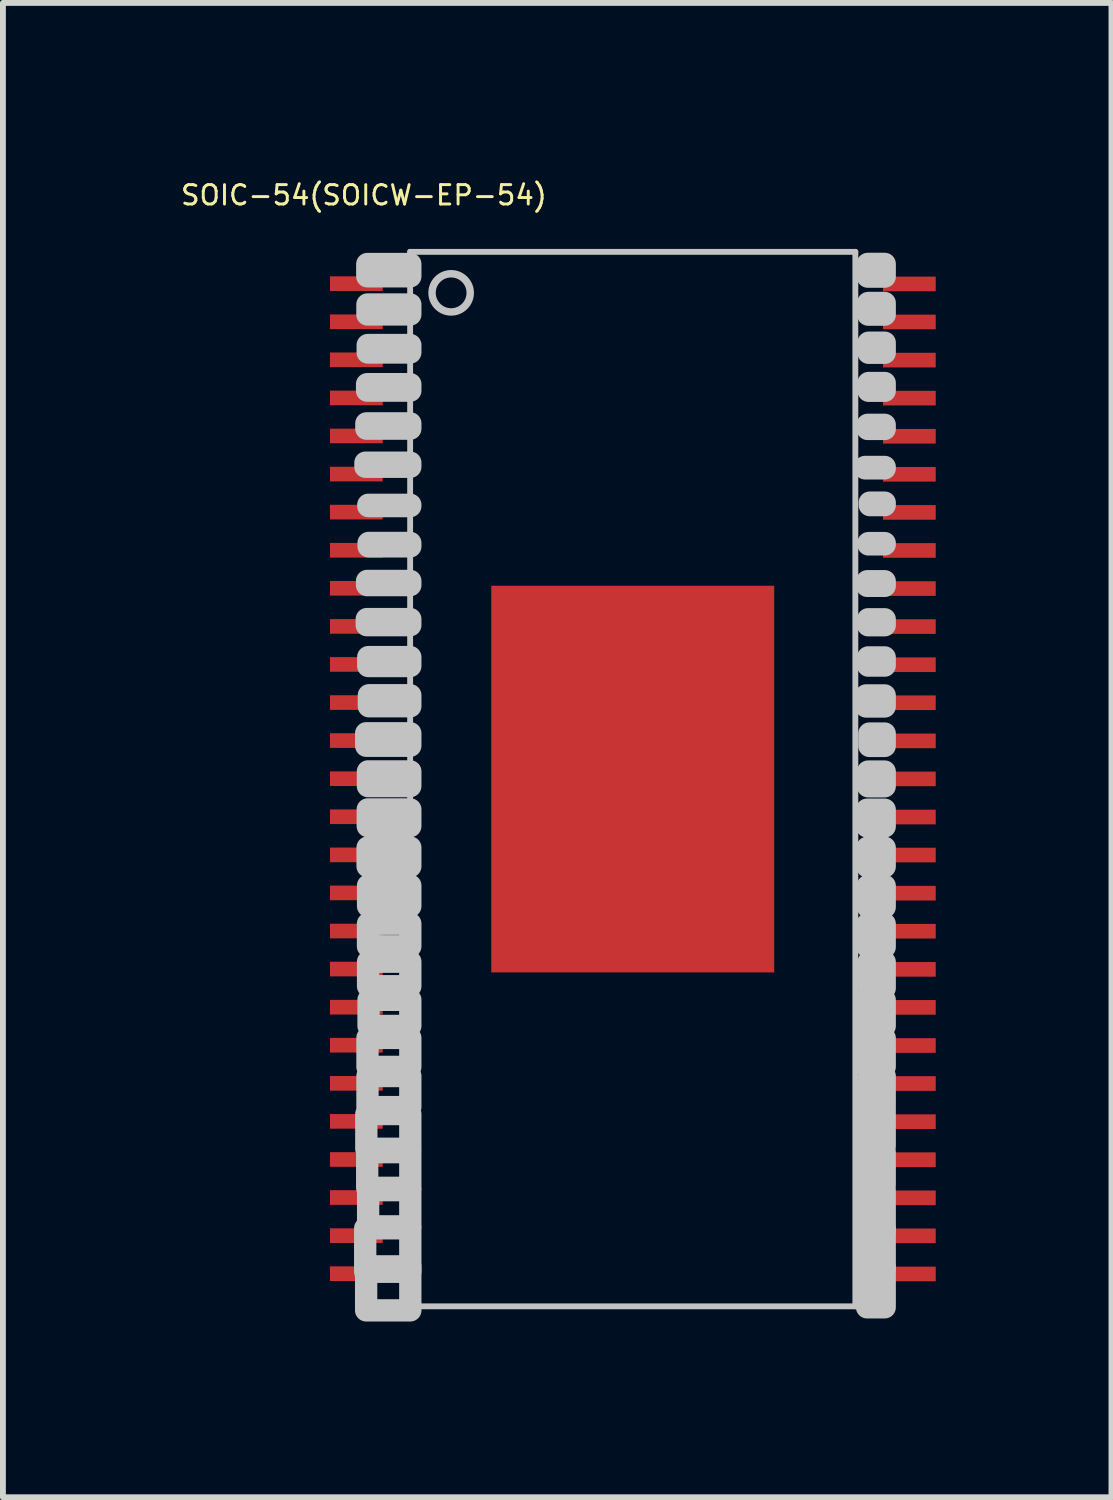
<source format=kicad_pcb>
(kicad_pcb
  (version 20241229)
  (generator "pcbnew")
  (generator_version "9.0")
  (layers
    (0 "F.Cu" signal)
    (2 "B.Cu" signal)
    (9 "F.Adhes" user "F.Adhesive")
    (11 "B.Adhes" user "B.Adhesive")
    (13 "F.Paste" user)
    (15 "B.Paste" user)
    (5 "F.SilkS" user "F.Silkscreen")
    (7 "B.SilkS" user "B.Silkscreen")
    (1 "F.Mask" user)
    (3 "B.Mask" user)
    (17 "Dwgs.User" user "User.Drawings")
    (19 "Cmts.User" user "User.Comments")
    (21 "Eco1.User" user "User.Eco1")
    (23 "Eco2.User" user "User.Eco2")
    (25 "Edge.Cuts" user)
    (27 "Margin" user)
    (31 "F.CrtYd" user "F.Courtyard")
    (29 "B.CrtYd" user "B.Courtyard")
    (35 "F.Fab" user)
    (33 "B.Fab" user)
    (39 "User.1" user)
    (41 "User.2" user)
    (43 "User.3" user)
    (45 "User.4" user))
  (footprint "SOIC-54(SOICW-EP-54)"
    (layer "F.Cu")
    (at 7.751 10.349)
    (property "Reference" "SOIC-54(SOICW-EP-54)" (at -4.589 -10.067 0) (layer "F.SilkS") (effects (font (size 0.331 0.331) (thickness 0.05))))
    (attr smd)
    (fp_line (start -3.8 -9.1) (end -3.8 8.9) (stroke (width 0.1) (type solid)) (layer "Dwgs.User"))
    (fp_line (start -3.8 8.9) (end 3.8 8.9) (stroke (width 0.1) (type solid)) (layer "Dwgs.User"))
    (fp_line (start 3.8 -9.1) (end -3.8 -9.1) (stroke (width 0.1) (type solid)) (layer "Dwgs.User"))
    (fp_line (start 3.8 8.9) (end 3.8 -9.1) (stroke (width 0.1) (type solid)) (layer "Dwgs.User"))
    (fp_circle (center -3.1 -8.4) (end -2.774 -8.4) (stroke (width 0.127) (type solid)) (fill no) (layer "Dwgs.User"))
    (fp_poly (pts (xy -3.797 -8.892) (xy -4.531 -8.892) (xy -4.531 -8.682) (xy -3.797 -8.682)) (stroke (width 0.381) (type solid)) (fill no) (layer "Dwgs.User"))
    (fp_poly (pts (xy -3.797 -8.201) (xy -4.529 -8.201) (xy -4.529 -8.031) (xy -3.797 -8.031)) (stroke (width 0.381) (type solid)) (fill no) (layer "Dwgs.User"))
    (fp_poly (pts (xy -3.797 -7.509) (xy -4.524 -7.509) (xy -4.524 -7.382) (xy -3.797 -7.382)) (stroke (width 0.381) (type solid)) (fill no) (layer "Dwgs.User"))
    (fp_poly (pts (xy -3.797 -6.841) (xy -4.535 -6.841) (xy -4.535 -6.731) (xy -3.797 -6.731)) (stroke (width 0.381) (type solid)) (fill no) (layer "Dwgs.User"))
    (fp_poly (pts (xy -3.797 -6.172) (xy -4.547 -6.172) (xy -4.547 -6.082) (xy -3.797 -6.082)) (stroke (width 0.381) (type solid)) (fill no) (layer "Dwgs.User"))
    (fp_poly (pts (xy -3.797 -5.501) (xy -4.563 -5.501) (xy -4.563 -5.431) (xy -3.797 -5.431)) (stroke (width 0.381) (type solid)) (fill no) (layer "Dwgs.User"))
    (fp_poly (pts (xy -3.797 -4.76) (xy -4.514 -4.76) (xy -4.514 -4.782) (xy -3.797 -4.782)) (stroke (width 0.381) (type solid)) (fill no) (layer "Dwgs.User"))
    (fp_poly (pts (xy -3.797 -4.072) (xy -4.509 -4.072) (xy -4.509 -4.131) (xy -3.797 -4.131)) (stroke (width 0.381) (type solid)) (fill no) (layer "Dwgs.User"))
    (fp_poly (pts (xy -3.797 -3.411) (xy -4.535 -3.411) (xy -4.535 -3.482) (xy -3.797 -3.482)) (stroke (width 0.381) (type solid)) (fill no) (layer "Dwgs.User"))
    (fp_poly (pts (xy -3.797 -2.727) (xy -4.54 -2.727) (xy -4.54 -2.831) (xy -3.797 -2.831)) (stroke (width 0.381) (type solid)) (fill no) (layer "Dwgs.User"))
    (fp_poly (pts (xy -3.797 -2.03) (xy -4.515 -2.03) (xy -4.515 -2.182) (xy -3.797 -2.182)) (stroke (width 0.381) (type solid)) (fill no) (layer "Dwgs.User"))
    (fp_poly (pts (xy -3.797 -1.343) (xy -4.504 -1.343) (xy -4.504 -1.531) (xy -3.797 -1.531)) (stroke (width 0.381) (type solid)) (fill no) (layer "Dwgs.User"))
    (fp_poly (pts (xy -3.797 -0.669) (xy -4.55 -0.669) (xy -4.55 -0.882) (xy -3.797 -0.882)) (stroke (width 0.381) (type solid)) (fill no) (layer "Dwgs.User"))
    (fp_poly (pts (xy -3.797 0.02) (xy -4.52 0.02) (xy -4.52 -0.231) (xy -3.797 -0.231)) (stroke (width 0.381) (type solid)) (fill no) (layer "Dwgs.User"))
    (fp_poly (pts (xy -3.797 0.703) (xy -4.523 0.703) (xy -4.523 0.418) (xy -3.797 0.418)) (stroke (width 0.381) (type solid)) (fill no) (layer "Dwgs.User"))
    (fp_poly (pts (xy -3.797 1.389) (xy -4.526 1.389) (xy -4.526 1.069) (xy -3.797 1.069)) (stroke (width 0.381) (type solid)) (fill no) (layer "Dwgs.User"))
    (fp_poly (pts (xy -3.797 2.069) (xy -4.518 2.069) (xy -4.518 1.718) (xy -3.797 1.718)) (stroke (width 0.381) (type solid)) (fill no) (layer "Dwgs.User"))
    (fp_poly (pts (xy -3.797 2.755) (xy -4.519 2.755) (xy -4.519 2.369) (xy -3.797 2.369)) (stroke (width 0.381) (type solid)) (fill no) (layer "Dwgs.User"))
    (fp_poly (pts (xy -3.797 3.436) (xy -4.518 3.436) (xy -4.518 3.018) (xy -3.797 3.018)) (stroke (width 0.381) (type solid)) (fill no) (layer "Dwgs.User"))
    (fp_poly (pts (xy -3.797 4.114) (xy -4.51 4.114) (xy -4.51 3.669) (xy -3.797 3.669)) (stroke (width 0.381) (type solid)) (fill no) (layer "Dwgs.User"))
    (fp_poly (pts (xy -3.797 4.813) (xy -4.528 4.813) (xy -4.528 4.318) (xy -3.797 4.318)) (stroke (width 0.381) (type solid)) (fill no) (layer "Dwgs.User"))
    (fp_poly (pts (xy -3.797 5.499) (xy -4.528 5.499) (xy -4.528 4.969) (xy -3.797 4.969)) (stroke (width 0.381) (type solid)) (fill no) (layer "Dwgs.User"))
    (fp_poly (pts (xy -3.797 6.211) (xy -4.548 6.211) (xy -4.548 5.618) (xy -3.797 5.618)) (stroke (width 0.381) (type solid)) (fill no) (layer "Dwgs.User"))
    (fp_poly (pts (xy -3.797 6.878) (xy -4.533 6.878) (xy -4.533 6.269) (xy -3.797 6.269)) (stroke (width 0.381) (type solid)) (fill no) (layer "Dwgs.User"))
    (fp_poly (pts (xy -3.797 7.535) (xy -4.517 7.535) (xy -4.517 6.918) (xy -3.797 6.918)) (stroke (width 0.381) (type solid)) (fill no) (layer "Dwgs.User"))
    (fp_poly (pts (xy -3.797 8.31) (xy -4.567 8.31) (xy -4.567 7.569) (xy -3.797 7.569)) (stroke (width 0.381) (type solid)) (fill no) (layer "Dwgs.User"))
    (fp_poly (pts (xy -3.797 8.969) (xy -4.551 8.969) (xy -4.551 8.218) (xy -3.797 8.218)) (stroke (width 0.381) (type solid)) (fill no) (layer "Dwgs.User"))
    (fp_poly (pts (xy 3.967 -5.428) (xy 4.301 -5.428) (xy 4.301 -5.404) (xy 3.967 -5.404)) (stroke (width 0.381) (type solid)) (fill no) (layer "Dwgs.User"))
    (fp_poly (pts (xy 3.98 6.272) (xy 4.301 6.272) (xy 4.301 6.829) (xy 3.98 6.829)) (stroke (width 0.381) (type solid)) (fill no) (layer "Dwgs.User"))
    (fp_poly (pts (xy 3.984 -1.528) (xy 4.301 -1.528) (xy 4.301 -1.339) (xy 3.984 -1.339)) (stroke (width 0.381) (type solid)) (fill no) (layer "Dwgs.User"))
    (fp_poly (pts (xy 3.989 3.672) (xy 4.301 3.672) (xy 4.301 4.116) (xy 3.989 4.116)) (stroke (width 0.381) (type solid)) (fill no) (layer "Dwgs.User"))
    (fp_poly (pts (xy 3.991 5.623) (xy 4.301 5.623) (xy 4.301 6.166) (xy 3.991 6.166)) (stroke (width 0.381) (type solid)) (fill no) (layer "Dwgs.User"))
    (fp_poly (pts (xy 3.999 4.323) (xy 4.301 4.323) (xy 4.301 4.811) (xy 3.999 4.811)) (stroke (width 0.381) (type solid)) (fill no) (layer "Dwgs.User"))
    (fp_poly (pts (xy 3.999 0.423) (xy 4.301 0.423) (xy 4.301 0.708) (xy 3.999 0.708)) (stroke (width 0.381) (type solid)) (fill no) (layer "Dwgs.User"))
    (fp_poly (pts (xy 4 8.223) (xy 4.301 8.223) (xy 4.301 8.917) (xy 4 8.917)) (stroke (width 0.381) (type solid)) (fill no) (layer "Dwgs.User"))
    (fp_poly (pts (xy 4.003 -3.477) (xy 4.301 -3.477) (xy 4.301 -3.398) (xy 4.003 -3.398)) (stroke (width 0.381) (type solid)) (fill no) (layer "Dwgs.User"))
    (fp_poly (pts (xy 4.006 1.072) (xy 4.301 1.072) (xy 4.301 1.393) (xy 4.006 1.393)) (stroke (width 0.381) (type solid)) (fill no) (layer "Dwgs.User"))
    (fp_poly (pts (xy 4.01 2.372) (xy 4.301 2.372) (xy 4.301 2.766) (xy 4.01 2.766)) (stroke (width 0.381) (type solid)) (fill no) (layer "Dwgs.User"))
    (fp_poly (pts (xy 4.01 -6.077) (xy 4.301 -6.077) (xy 4.301 -6.147) (xy 4.01 -6.147)) (stroke (width 0.381) (type solid)) (fill no) (layer "Dwgs.User"))
    (fp_poly (pts (xy 4.012 -8.677) (xy 4.301 -8.677) (xy 4.301 -8.894) (xy 4.012 -8.894)) (stroke (width 0.381) (type solid)) (fill no) (layer "Dwgs.User"))
    (fp_poly (pts (xy 4.014 7.572) (xy 4.301 7.572) (xy 4.301 8.26) (xy 4.014 8.26)) (stroke (width 0.381) (type solid)) (fill no) (layer "Dwgs.User"))
    (fp_poly (pts (xy 4.015 1.723) (xy 4.301 1.723) (xy 4.301 2.084) (xy 4.015 2.084)) (stroke (width 0.381) (type solid)) (fill no) (layer "Dwgs.User"))
    (fp_poly (pts (xy 4.017 -0.228) (xy 4.301 -0.228) (xy 4.301 0.023) (xy 4.017 0.023)) (stroke (width 0.381) (type solid)) (fill no) (layer "Dwgs.User"))
    (fp_poly (pts (xy 4.019 -2.177) (xy 4.301 -2.177) (xy 4.301 -2.037) (xy 4.019 -2.037)) (stroke (width 0.381) (type solid)) (fill no) (layer "Dwgs.User"))
    (fp_poly (pts (xy 4.019 -2.828) (xy 4.301 -2.828) (xy 4.301 -2.726) (xy 4.019 -2.726)) (stroke (width 0.381) (type solid)) (fill no) (layer "Dwgs.User"))
    (fp_poly (pts (xy 4.02 -8.028) (xy 4.301 -8.028) (xy 4.301 -8.227) (xy 4.02 -8.227)) (stroke (width 0.381) (type solid)) (fill no) (layer "Dwgs.User"))
    (fp_poly (pts (xy 4.024 -4.128) (xy 4.301 -4.128) (xy 4.301 -4.106) (xy 4.024 -4.106)) (stroke (width 0.381) (type solid)) (fill no) (layer "Dwgs.User"))
    (fp_poly (pts (xy 4.026 -6.728) (xy 4.301 -6.728) (xy 4.301 -6.861) (xy 4.026 -6.861)) (stroke (width 0.381) (type solid)) (fill no) (layer "Dwgs.User"))
    (fp_poly (pts (xy 4.026 -7.377) (xy 4.301 -7.377) (xy 4.301 -7.549) (xy 4.026 -7.549)) (stroke (width 0.381) (type solid)) (fill no) (layer "Dwgs.User"))
    (fp_poly (pts (xy 4.029 3.023) (xy 4.301 3.023) (xy 4.301 3.469) (xy 4.029 3.469)) (stroke (width 0.381) (type solid)) (fill no) (layer "Dwgs.User"))
    (fp_poly (pts (xy 4.029 6.923) (xy 4.301 6.923) (xy 4.301 7.604) (xy 4.029 7.604)) (stroke (width 0.381) (type solid)) (fill no) (layer "Dwgs.User"))
    (fp_poly (pts (xy 4.036 4.972) (xy 4.301 4.972) (xy 4.301 5.544) (xy 4.036 5.544)) (stroke (width 0.381) (type solid)) (fill no) (layer "Dwgs.User"))
    (fp_poly (pts (xy 4.04 -0.877) (xy 4.301 -0.877) (xy 4.301 -0.666) (xy 4.04 -0.666)) (stroke (width 0.381) (type solid)) (fill no) (layer "Dwgs.User"))
    (fp_poly (pts (xy 4.046 -4.777) (xy 4.301 -4.777) (xy 4.301 -4.819) (xy 4.046 -4.819)) (stroke (width 0.381) (type solid)) (fill no) (layer "Dwgs.User"))
    (pad "1" smd rect (at -4.718 -8.557 180) (size 0.9 0.25) (layers "F.Cu" "F.Mask" "F.Paste"))
    (pad "2" smd rect (at -4.718 -7.906 180) (size 0.9 0.25) (layers "F.Cu" "F.Mask" "F.Paste"))
    (pad "3" smd rect (at -4.718 -7.257 180) (size 0.9 0.25) (layers "F.Cu" "F.Mask" "F.Paste"))
    (pad "4" smd rect (at -4.718 -6.606 180) (size 0.9 0.25) (layers "F.Cu" "F.Mask" "F.Paste"))
    (pad "5" smd rect (at -4.718 -5.957 180) (size 0.9 0.25) (layers "F.Cu" "F.Mask" "F.Paste"))
    (pad "6" smd rect (at -4.718 -5.306 180) (size 0.9 0.25) (layers "F.Cu" "F.Mask" "F.Paste"))
    (pad "7" smd rect (at -4.718 -4.657 180) (size 0.9 0.25) (layers "F.Cu" "F.Mask" "F.Paste"))
    (pad "8" smd rect (at -4.718 -4.006 180) (size 0.9 0.25) (layers "F.Cu" "F.Mask" "F.Paste"))
    (pad "9" smd rect (at -4.718 -3.357 180) (size 0.9 0.25) (layers "F.Cu" "F.Mask" "F.Paste"))
    (pad "10" smd rect (at -4.718 -2.706 180) (size 0.9 0.25) (layers "F.Cu" "F.Mask" "F.Paste"))
    (pad "11" smd rect (at -4.718 -2.057 180) (size 0.9 0.25) (layers "F.Cu" "F.Mask" "F.Paste"))
    (pad "12" smd rect (at -4.718 -1.406 180) (size 0.9 0.25) (layers "F.Cu" "F.Mask" "F.Paste"))
    (pad "13" smd rect (at -4.718 -0.757 180) (size 0.9 0.25) (layers "F.Cu" "F.Mask" "F.Paste"))
    (pad "14" smd rect (at -4.718 -0.106 180) (size 0.9 0.25) (layers "F.Cu" "F.Mask" "F.Paste"))
    (pad "15" smd rect (at -4.718 0.543 180) (size 0.9 0.25) (layers "F.Cu" "F.Mask" "F.Paste"))
    (pad "16" smd rect (at -4.718 1.194 180) (size 0.9 0.25) (layers "F.Cu" "F.Mask" "F.Paste"))
    (pad "17" smd rect (at -4.718 1.843 180) (size 0.9 0.25) (layers "F.Cu" "F.Mask" "F.Paste"))
    (pad "18" smd rect (at -4.718 2.494 180) (size 0.9 0.25) (layers "F.Cu" "F.Mask" "F.Paste"))
    (pad "19" smd rect (at -4.718 3.143 180) (size 0.9 0.25) (layers "F.Cu" "F.Mask" "F.Paste"))
    (pad "20" smd rect (at -4.718 3.794 180) (size 0.9 0.25) (layers "F.Cu" "F.Mask" "F.Paste"))
    (pad "21" smd rect (at -4.718 4.443 180) (size 0.9 0.25) (layers "F.Cu" "F.Mask" "F.Paste"))
    (pad "22" smd rect (at -4.718 5.094 180) (size 0.9 0.25) (layers "F.Cu" "F.Mask" "F.Paste"))
    (pad "23" smd rect (at -4.718 5.743 180) (size 0.9 0.25) (layers "F.Cu" "F.Mask" "F.Paste"))
    (pad "24" smd rect (at -4.718 6.394 180) (size 0.9 0.25) (layers "F.Cu" "F.Mask" "F.Paste"))
    (pad "25" smd rect (at -4.718 7.043 180) (size 0.9 0.25) (layers "F.Cu" "F.Mask" "F.Paste"))
    (pad "26" smd rect (at -4.718 7.694 180) (size 0.9 0.25) (layers "F.Cu" "F.Mask" "F.Paste"))
    (pad "27" smd rect (at -4.718 8.343 180) (size 0.9 0.25) (layers "F.Cu" "F.Mask" "F.Paste"))
    (pad "28" smd rect (at 4.722 8.348) (size 0.9 0.25) (layers "F.Cu" "F.Mask" "F.Paste"))
    (pad "29" smd rect (at 4.722 7.697) (size 0.9 0.25) (layers "F.Cu" "F.Mask" "F.Paste"))
    (pad "30" smd rect (at 4.722 7.048) (size 0.9 0.25) (layers "F.Cu" "F.Mask" "F.Paste"))
    (pad "31" smd rect (at 4.722 6.397) (size 0.9 0.25) (layers "F.Cu" "F.Mask" "F.Paste"))
    (pad "32" smd rect (at 4.722 5.748) (size 0.9 0.25) (layers "F.Cu" "F.Mask" "F.Paste"))
    (pad "33" smd rect (at 4.722 5.097) (size 0.9 0.25) (layers "F.Cu" "F.Mask" "F.Paste"))
    (pad "34" smd rect (at 4.722 4.448) (size 0.9 0.25) (layers "F.Cu" "F.Mask" "F.Paste"))
    (pad "35" smd rect (at 4.722 3.797) (size 0.9 0.25) (layers "F.Cu" "F.Mask" "F.Paste"))
    (pad "36" smd rect (at 4.722 3.148) (size 0.9 0.25) (layers "F.Cu" "F.Mask" "F.Paste"))
    (pad "37" smd rect (at 4.722 2.497) (size 0.9 0.25) (layers "F.Cu" "F.Mask" "F.Paste"))
    (pad "38" smd rect (at 4.722 1.848) (size 0.9 0.25) (layers "F.Cu" "F.Mask" "F.Paste"))
    (pad "39" smd rect (at 4.722 1.197) (size 0.9 0.25) (layers "F.Cu" "F.Mask" "F.Paste"))
    (pad "40" smd rect (at 4.722 0.548) (size 0.9 0.25) (layers "F.Cu" "F.Mask" "F.Paste"))
    (pad "41" smd rect (at 4.722 -0.103) (size 0.9 0.25) (layers "F.Cu" "F.Mask" "F.Paste"))
    (pad "42" smd rect (at 4.722 -0.752) (size 0.9 0.25) (layers "F.Cu" "F.Mask" "F.Paste"))
    (pad "43" smd rect (at 4.722 -1.403) (size 0.9 0.25) (layers "F.Cu" "F.Mask" "F.Paste"))
    (pad "44" smd rect (at 4.722 -2.052) (size 0.9 0.25) (layers "F.Cu" "F.Mask" "F.Paste"))
    (pad "45" smd rect (at 4.722 -2.703) (size 0.9 0.25) (layers "F.Cu" "F.Mask" "F.Paste"))
    (pad "46" smd rect (at 4.722 -3.352) (size 0.9 0.25) (layers "F.Cu" "F.Mask" "F.Paste"))
    (pad "47" smd rect (at 4.722 -4.003) (size 0.9 0.25) (layers "F.Cu" "F.Mask" "F.Paste"))
    (pad "48" smd rect (at 4.722 -4.652) (size 0.9 0.25) (layers "F.Cu" "F.Mask" "F.Paste"))
    (pad "49" smd rect (at 4.722 -5.303) (size 0.9 0.25) (layers "F.Cu" "F.Mask" "F.Paste"))
    (pad "50" smd rect (at 4.722 -5.952) (size 0.9 0.25) (layers "F.Cu" "F.Mask" "F.Paste"))
    (pad "51" smd rect (at 4.722 -6.603) (size 0.9 0.25) (layers "F.Cu" "F.Mask" "F.Paste"))
    (pad "52" smd rect (at 4.722 -7.252) (size 0.9 0.25) (layers "F.Cu" "F.Mask" "F.Paste"))
    (pad "53" smd rect (at 4.722 -7.903) (size 0.9 0.25) (layers "F.Cu" "F.Mask" "F.Paste"))
    (pad "54" smd rect (at 4.722 -8.552) (size 0.9 0.25) (layers "F.Cu" "F.Mask" "F.Paste"))
    (pad "P$55" smd rect (at 0 -0.1 90) (size 6.6 4.83) (layers "F.Cu" "F.Mask" "F.Paste")))
  (gr_rect
    (start -3 -3)
    (end 15.923 22.509)
    (stroke (width 0.1) (type default))
    (fill no)
    (layer "Edge.Cuts")))
</source>
